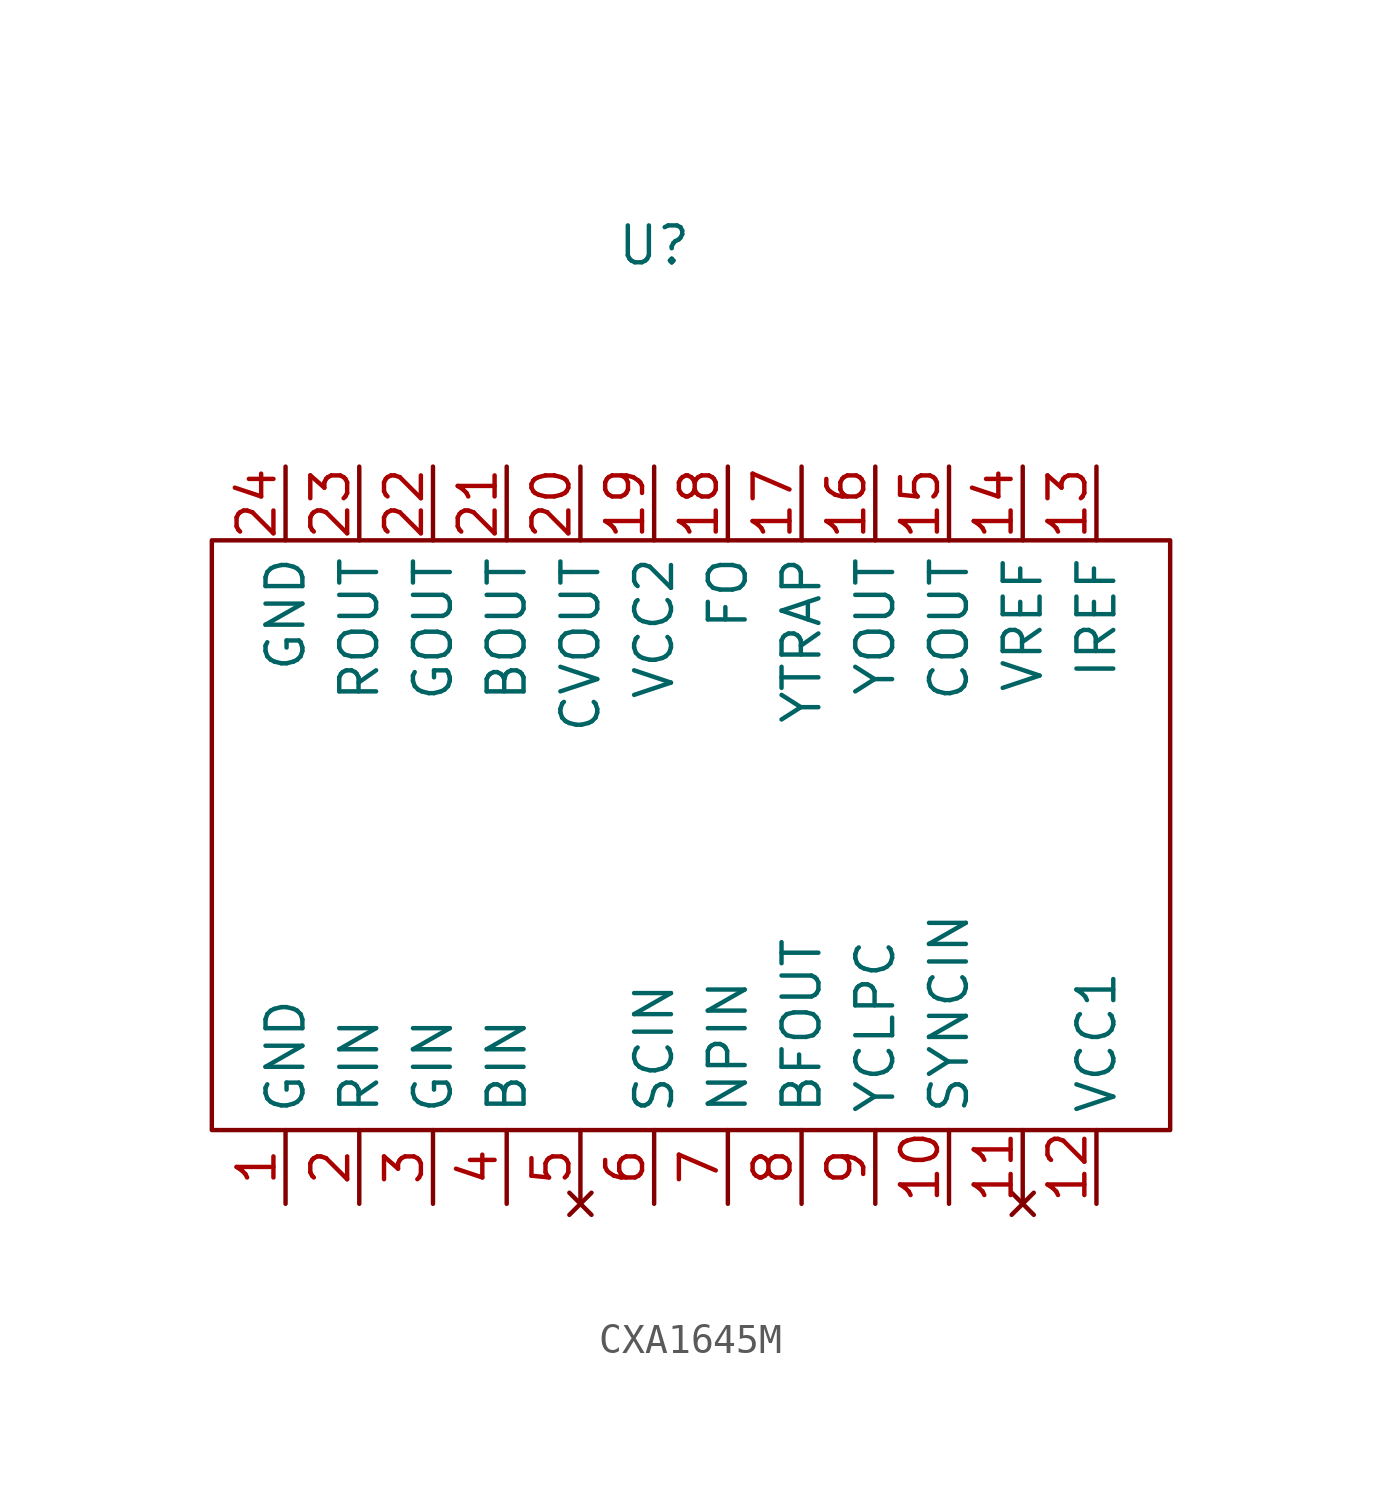
<source format=kicad_sym>
(kicad_symbol_lib
  (version 20220914)
  (generator kicad_symbol_editor)
  (symbol "CXA1645M"
    (property "Reference" "U"
      (at 0 0 0)
      (effects (font (size 1.27 1.27))))
    (property "Value" ""
      (at 0 0 0)
      (effects (font (size 1.27 1.27))))
    (symbol "CXA1645M_0_1"
      (rectangle (start -15.24 -10.16) (end 17.78 -30.48) (stroke (width 0) (type default)) (fill (type none))))
    (symbol "CXA1645M_1_1"
      (pin power_in line (at -12.7 -33.02 90) (length 2.54) (name "GND" (effects (font (size 1.27 1.27)))) (number "1" (effects (font (size 1.27 1.27)))))
      (pin input line (at 10.16 -33.02 90) (length 2.54) (name "SYNCIN" (effects (font (size 1.27 1.27)))) (number "10" (effects (font (size 1.27 1.27)))))
      (pin no_connect line (at 12.7 -33.02 90) (length 2.54) (name "" (effects (font (size 1.27 1.27)))) (number "11" (effects (font (size 1.27 1.27)))))
      (pin power_in line (at 15.24 -33.02 90) (length 2.54) (name "VCC1" (effects (font (size 1.27 1.27)))) (number "12" (effects (font (size 1.27 1.27)))))
      (pin input line (at 15.24 -7.62 270) (length 2.54) (name "IREF" (effects (font (size 1.27 1.27)))) (number "13" (effects (font (size 1.27 1.27)))))
      (pin input line (at 12.7 -7.62 270) (length 2.54) (name "VREF" (effects (font (size 1.27 1.27)))) (number "14" (effects (font (size 1.27 1.27)))))
      (pin input line (at 10.16 -7.62 270) (length 2.54) (name "COUT" (effects (font (size 1.27 1.27)))) (number "15" (effects (font (size 1.27 1.27)))))
      (pin input line (at 7.62 -7.62 270) (length 2.54) (name "YOUT" (effects (font (size 1.27 1.27)))) (number "16" (effects (font (size 1.27 1.27)))))
      (pin input line (at 5.08 -7.62 270) (length 2.54) (name "YTRAP" (effects (font (size 1.27 1.27)))) (number "17" (effects (font (size 1.27 1.27)))))
      (pin input line (at 2.54 -7.62 270) (length 2.54) (name "FO" (effects (font (size 1.27 1.27)))) (number "18" (effects (font (size 1.27 1.27)))))
      (pin power_in line (at 0 -7.62 270) (length 2.54) (name "VCC2" (effects (font (size 1.27 1.27)))) (number "19" (effects (font (size 1.27 1.27)))))
      (pin input line (at -10.16 -33.02 90) (length 2.54) (name "RIN" (effects (font (size 1.27 1.27)))) (number "2" (effects (font (size 1.27 1.27)))))
      (pin output line (at -2.54 -7.62 270) (length 2.54) (name "CVOUT" (effects (font (size 1.27 1.27)))) (number "20" (effects (font (size 1.27 1.27)))))
      (pin output line (at -5.08 -7.62 270) (length 2.54) (name "BOUT" (effects (font (size 1.27 1.27)))) (number "21" (effects (font (size 1.27 1.27)))))
      (pin output line (at -7.62 -7.62 270) (length 2.54) (name "GOUT" (effects (font (size 1.27 1.27)))) (number "22" (effects (font (size 1.27 1.27)))))
      (pin output line (at -10.16 -7.62 270) (length 2.54) (name "ROUT" (effects (font (size 1.27 1.27)))) (number "23" (effects (font (size 1.27 1.27)))))
      (pin power_in line (at -12.7 -7.62 270) (length 2.54) (name "GND" (effects (font (size 1.27 1.27)))) (number "24" (effects (font (size 1.27 1.27)))))
      (pin input line (at -7.62 -33.02 90) (length 2.54) (name "GIN" (effects (font (size 1.27 1.27)))) (number "3" (effects (font (size 1.27 1.27)))))
      (pin input line (at -5.08 -33.02 90) (length 2.54) (name "BIN" (effects (font (size 1.27 1.27)))) (number "4" (effects (font (size 1.27 1.27)))))
      (pin no_connect line (at -2.54 -33.02 90) (length 2.54) (name "" (effects (font (size 1.27 1.27)))) (number "5" (effects (font (size 1.27 1.27)))))
      (pin input line (at 0 -33.02 90) (length 2.54) (name "SCIN" (effects (font (size 1.27 1.27)))) (number "6" (effects (font (size 1.27 1.27)))))
      (pin input line (at 2.54 -33.02 90) (length 2.54) (name "NPIN" (effects (font (size 1.27 1.27)))) (number "7" (effects (font (size 1.27 1.27)))))
      (pin input line (at 5.08 -33.02 90) (length 2.54) (name "BFOUT" (effects (font (size 1.27 1.27)))) (number "8" (effects (font (size 1.27 1.27)))))
      (pin input line (at 7.62 -33.02 90) (length 2.54) (name "YCLPC" (effects (font (size 1.27 1.27)))) (number "9" (effects (font (size 1.27 1.27))))))))
</source>
